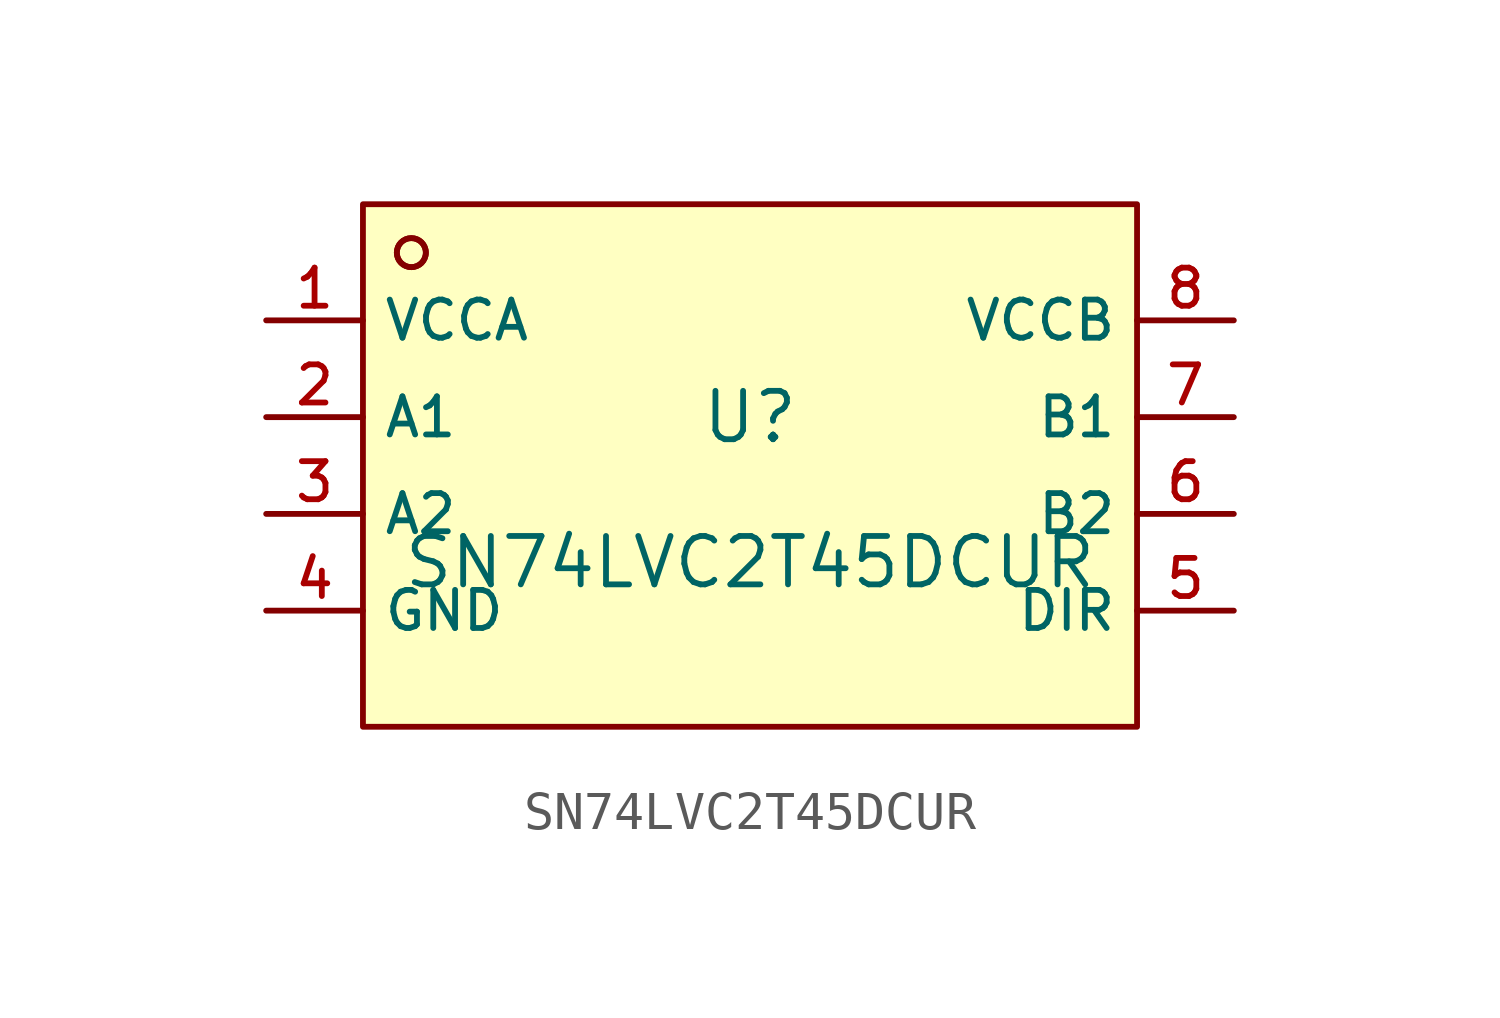
<source format=kicad_sym>
(kicad_symbol_lib
  (version 20210201)
  (generator TousstNicolas/JLC2KiCad_lib)
  (symbol "SN74LVC2T45DCUR"
    (property "Reference" "U"
      (at 0 1.27 0)
      (effects (font (size 1.27 1.27))))
    (property "Value" "SN74LVC2T45DCUR"
      (at 0 -2.54 0)
      (effects (font (size 1.27 1.27))))
    (symbol "SN74LVC2T45DCUR_0_1"
      (circle (center -8.89 5.588) (radius 0.381) (stroke (width 0) (type default) (color 0 0 0 0)) (fill (type background)))
      (rectangle (start -10.16 6.858) (end 10.16 -6.858) (stroke (width 0) (type default) (color 0 0 0 0)) (fill (type background)))
      (circle (center -8.89 5.588) (radius 0.381) (stroke (width 0) (type default) (color 0 0 0 0)) (fill (type background)))
      (pin unspecified line (at -12.7 3.81 0) (length 2.54) (name "VCCA" (effects (font (size 1 1)))) (number "1" (effects (font (size 1 1)))))
      (pin unspecified line (at -12.7 1.27 0) (length 2.54) (name "A1" (effects (font (size 1 1)))) (number "2" (effects (font (size 1 1)))))
      (pin unspecified line (at -12.7 -1.27 0) (length 2.54) (name "A2" (effects (font (size 1 1)))) (number "3" (effects (font (size 1 1)))))
      (pin unspecified line (at -12.7 -3.81 0) (length 2.54) (name "GND" (effects (font (size 1 1)))) (number "4" (effects (font (size 1 1)))))
      (pin unspecified line (at 12.7 -3.81 180) (length 2.54) (name "DIR" (effects (font (size 1 1)))) (number "5" (effects (font (size 1 1)))))
      (pin unspecified line (at 12.7 -1.27 180) (length 2.54) (name "B2" (effects (font (size 1 1)))) (number "6" (effects (font (size 1 1)))))
      (pin unspecified line (at 12.7 1.27 180) (length 2.54) (name "B1" (effects (font (size 1 1)))) (number "7" (effects (font (size 1 1)))))
      (pin unspecified line (at 12.7 3.81 180) (length 2.54) (name "VCCB" (effects (font (size 1 1)))) (number "8" (effects (font (size 1 1))))))))
</source>
